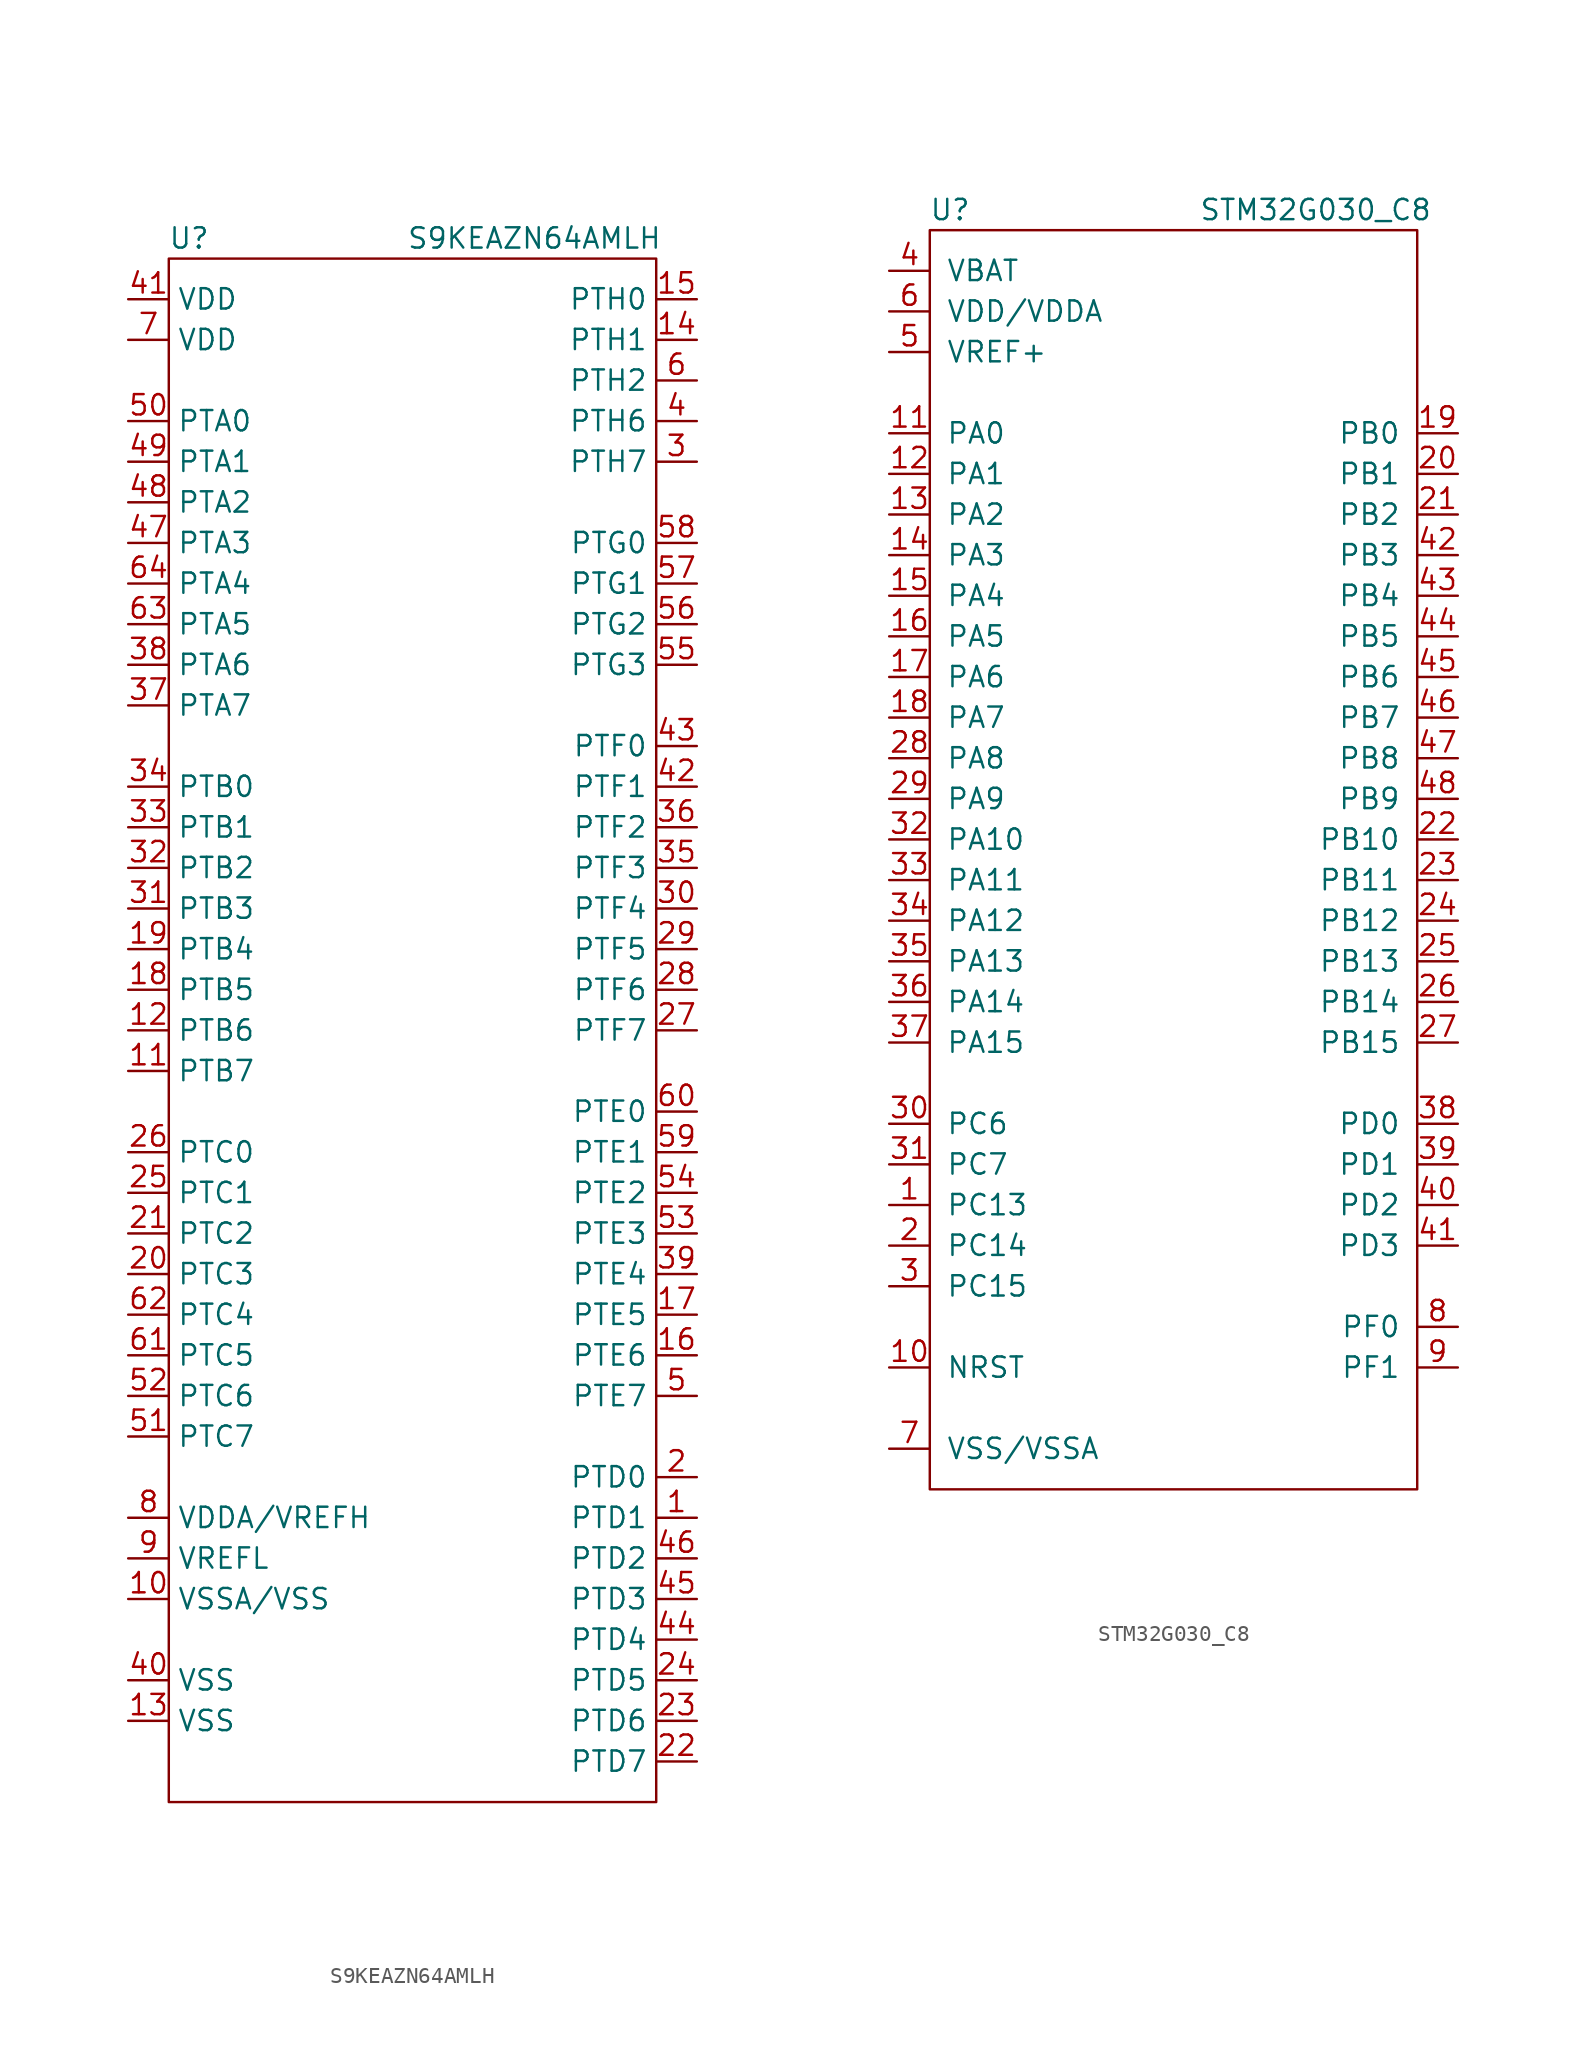
<source format=kicad_sym>
(kicad_symbol_lib
  (version 20220914)
  (generator kicad_symbol_editor)
  (symbol "S9KEAZN64AMLH"
    (property "Reference" "U"
      (at -13.97 30.48 0)
      (effects (font (size 1.27 1.27))))
    (property "Value" "S9KEAZN64AMLH"
      (at 7.62 30.48 0)
      (effects (font (size 1.27 1.27))))
    (symbol "S9KEAZN64AMLH_0_1"
      (rectangle (start -15.24 29.21) (end 15.24 -67.31) (stroke (width 0) (type solid)) (fill (type none))))
    (symbol "S9KEAZN64AMLH_1_1"
      (pin bidirectional line (at 17.78 -49.53 180) (length 2.54) (name "PTD1" (effects (font (size 1.27 1.27)))) (number "1" (effects (font (size 1.27 1.27)))))
      (pin power_in line (at -17.78 -54.61 0) (length 2.54) (name "VSSA/VSS" (effects (font (size 1.27 1.27)))) (number "10" (effects (font (size 1.27 1.27)))))
      (pin bidirectional line (at -17.78 -21.59 0) (length 2.54) (name "PTB7" (effects (font (size 1.27 1.27)))) (number "11" (effects (font (size 1.27 1.27)))))
      (pin bidirectional line (at -17.78 -19.05 0) (length 2.54) (name "PTB6" (effects (font (size 1.27 1.27)))) (number "12" (effects (font (size 1.27 1.27)))))
      (pin power_in line (at -17.78 -62.23 0) (length 2.54) (name "VSS" (effects (font (size 1.27 1.27)))) (number "13" (effects (font (size 1.27 1.27)))))
      (pin bidirectional line (at 17.78 24.13 180) (length 2.54) (name "PTH1" (effects (font (size 1.27 1.27)))) (number "14" (effects (font (size 1.27 1.27)))))
      (pin bidirectional line (at 17.78 26.67 180) (length 2.54) (name "PTH0" (effects (font (size 1.27 1.27)))) (number "15" (effects (font (size 1.27 1.27)))))
      (pin bidirectional line (at 17.78 -39.37 180) (length 2.54) (name "PTE6" (effects (font (size 1.27 1.27)))) (number "16" (effects (font (size 1.27 1.27)))))
      (pin bidirectional line (at 17.78 -36.83 180) (length 2.54) (name "PTE5" (effects (font (size 1.27 1.27)))) (number "17" (effects (font (size 1.27 1.27)))))
      (pin bidirectional line (at -17.78 -16.51 0) (length 2.54) (name "PTB5" (effects (font (size 1.27 1.27)))) (number "18" (effects (font (size 1.27 1.27)))))
      (pin bidirectional line (at -17.78 -13.97 0) (length 2.54) (name "PTB4" (effects (font (size 1.27 1.27)))) (number "19" (effects (font (size 1.27 1.27)))))
      (pin bidirectional line (at 17.78 -46.99 180) (length 2.54) (name "PTD0" (effects (font (size 1.27 1.27)))) (number "2" (effects (font (size 1.27 1.27)))))
      (pin bidirectional line (at -17.78 -34.29 0) (length 2.54) (name "PTC3" (effects (font (size 1.27 1.27)))) (number "20" (effects (font (size 1.27 1.27)))))
      (pin bidirectional line (at -17.78 -31.75 0) (length 2.54) (name "PTC2" (effects (font (size 1.27 1.27)))) (number "21" (effects (font (size 1.27 1.27)))))
      (pin bidirectional line (at 17.78 -64.77 180) (length 2.54) (name "PTD7" (effects (font (size 1.27 1.27)))) (number "22" (effects (font (size 1.27 1.27)))))
      (pin bidirectional line (at 17.78 -62.23 180) (length 2.54) (name "PTD6" (effects (font (size 1.27 1.27)))) (number "23" (effects (font (size 1.27 1.27)))))
      (pin bidirectional line (at 17.78 -59.69 180) (length 2.54) (name "PTD5" (effects (font (size 1.27 1.27)))) (number "24" (effects (font (size 1.27 1.27)))))
      (pin bidirectional line (at -17.78 -29.21 0) (length 2.54) (name "PTC1" (effects (font (size 1.27 1.27)))) (number "25" (effects (font (size 1.27 1.27)))))
      (pin bidirectional line (at -17.78 -26.67 0) (length 2.54) (name "PTC0" (effects (font (size 1.27 1.27)))) (number "26" (effects (font (size 1.27 1.27)))))
      (pin bidirectional line (at 17.78 -19.05 180) (length 2.54) (name "PTF7" (effects (font (size 1.27 1.27)))) (number "27" (effects (font (size 1.27 1.27)))))
      (pin bidirectional line (at 17.78 -16.51 180) (length 2.54) (name "PTF6" (effects (font (size 1.27 1.27)))) (number "28" (effects (font (size 1.27 1.27)))))
      (pin bidirectional line (at 17.78 -13.97 180) (length 2.54) (name "PTF5" (effects (font (size 1.27 1.27)))) (number "29" (effects (font (size 1.27 1.27)))))
      (pin bidirectional line (at 17.78 16.51 180) (length 2.54) (name "PTH7" (effects (font (size 1.27 1.27)))) (number "3" (effects (font (size 1.27 1.27)))))
      (pin bidirectional line (at 17.78 -11.43 180) (length 2.54) (name "PTF4" (effects (font (size 1.27 1.27)))) (number "30" (effects (font (size 1.27 1.27)))))
      (pin bidirectional line (at -17.78 -11.43 0) (length 2.54) (name "PTB3" (effects (font (size 1.27 1.27)))) (number "31" (effects (font (size 1.27 1.27)))))
      (pin bidirectional line (at -17.78 -8.89 0) (length 2.54) (name "PTB2" (effects (font (size 1.27 1.27)))) (number "32" (effects (font (size 1.27 1.27)))))
      (pin bidirectional line (at -17.78 -6.35 0) (length 2.54) (name "PTB1" (effects (font (size 1.27 1.27)))) (number "33" (effects (font (size 1.27 1.27)))))
      (pin bidirectional line (at -17.78 -3.81 0) (length 2.54) (name "PTB0" (effects (font (size 1.27 1.27)))) (number "34" (effects (font (size 1.27 1.27)))))
      (pin bidirectional line (at 17.78 -8.89 180) (length 2.54) (name "PTF3" (effects (font (size 1.27 1.27)))) (number "35" (effects (font (size 1.27 1.27)))))
      (pin bidirectional line (at 17.78 -6.35 180) (length 2.54) (name "PTF2" (effects (font (size 1.27 1.27)))) (number "36" (effects (font (size 1.27 1.27)))))
      (pin bidirectional line (at -17.78 1.27 0) (length 2.54) (name "PTA7" (effects (font (size 1.27 1.27)))) (number "37" (effects (font (size 1.27 1.27)))))
      (pin bidirectional line (at -17.78 3.81 0) (length 2.54) (name "PTA6" (effects (font (size 1.27 1.27)))) (number "38" (effects (font (size 1.27 1.27)))))
      (pin bidirectional line (at 17.78 -34.29 180) (length 2.54) (name "PTE4" (effects (font (size 1.27 1.27)))) (number "39" (effects (font (size 1.27 1.27)))))
      (pin bidirectional line (at 17.78 19.05 180) (length 2.54) (name "PTH6" (effects (font (size 1.27 1.27)))) (number "4" (effects (font (size 1.27 1.27)))))
      (pin power_in line (at -17.78 -59.69 0) (length 2.54) (name "VSS" (effects (font (size 1.27 1.27)))) (number "40" (effects (font (size 1.27 1.27)))))
      (pin power_in line (at -17.78 26.67 0) (length 2.54) (name "VDD" (effects (font (size 1.27 1.27)))) (number "41" (effects (font (size 1.27 1.27)))))
      (pin bidirectional line (at 17.78 -3.81 180) (length 2.54) (name "PTF1" (effects (font (size 1.27 1.27)))) (number "42" (effects (font (size 1.27 1.27)))))
      (pin bidirectional line (at 17.78 -1.27 180) (length 2.54) (name "PTF0" (effects (font (size 1.27 1.27)))) (number "43" (effects (font (size 1.27 1.27)))))
      (pin bidirectional line (at 17.78 -57.15 180) (length 2.54) (name "PTD4" (effects (font (size 1.27 1.27)))) (number "44" (effects (font (size 1.27 1.27)))))
      (pin bidirectional line (at 17.78 -54.61 180) (length 2.54) (name "PTD3" (effects (font (size 1.27 1.27)))) (number "45" (effects (font (size 1.27 1.27)))))
      (pin bidirectional line (at 17.78 -52.07 180) (length 2.54) (name "PTD2" (effects (font (size 1.27 1.27)))) (number "46" (effects (font (size 1.27 1.27)))))
      (pin bidirectional line (at -17.78 11.43 0) (length 2.54) (name "PTA3" (effects (font (size 1.27 1.27)))) (number "47" (effects (font (size 1.27 1.27)))))
      (pin bidirectional line (at -17.78 13.97 0) (length 2.54) (name "PTA2" (effects (font (size 1.27 1.27)))) (number "48" (effects (font (size 1.27 1.27)))))
      (pin bidirectional line (at -17.78 16.51 0) (length 2.54) (name "PTA1" (effects (font (size 1.27 1.27)))) (number "49" (effects (font (size 1.27 1.27)))))
      (pin bidirectional line (at 17.78 -41.91 180) (length 2.54) (name "PTE7" (effects (font (size 1.27 1.27)))) (number "5" (effects (font (size 1.27 1.27)))))
      (pin bidirectional line (at -17.78 19.05 0) (length 2.54) (name "PTA0" (effects (font (size 1.27 1.27)))) (number "50" (effects (font (size 1.27 1.27)))))
      (pin bidirectional line (at -17.78 -44.45 0) (length 2.54) (name "PTC7" (effects (font (size 1.27 1.27)))) (number "51" (effects (font (size 1.27 1.27)))))
      (pin bidirectional line (at -17.78 -41.91 0) (length 2.54) (name "PTC6" (effects (font (size 1.27 1.27)))) (number "52" (effects (font (size 1.27 1.27)))))
      (pin bidirectional line (at 17.78 -31.75 180) (length 2.54) (name "PTE3" (effects (font (size 1.27 1.27)))) (number "53" (effects (font (size 1.27 1.27)))))
      (pin bidirectional line (at 17.78 -29.21 180) (length 2.54) (name "PTE2" (effects (font (size 1.27 1.27)))) (number "54" (effects (font (size 1.27 1.27)))))
      (pin bidirectional line (at 17.78 3.81 180) (length 2.54) (name "PTG3" (effects (font (size 1.27 1.27)))) (number "55" (effects (font (size 1.27 1.27)))))
      (pin bidirectional line (at 17.78 6.35 180) (length 2.54) (name "PTG2" (effects (font (size 1.27 1.27)))) (number "56" (effects (font (size 1.27 1.27)))))
      (pin bidirectional line (at 17.78 8.89 180) (length 2.54) (name "PTG1" (effects (font (size 1.27 1.27)))) (number "57" (effects (font (size 1.27 1.27)))))
      (pin bidirectional line (at 17.78 11.43 180) (length 2.54) (name "PTG0" (effects (font (size 1.27 1.27)))) (number "58" (effects (font (size 1.27 1.27)))))
      (pin bidirectional line (at 17.78 -26.67 180) (length 2.54) (name "PTE1" (effects (font (size 1.27 1.27)))) (number "59" (effects (font (size 1.27 1.27)))))
      (pin bidirectional line (at 17.78 21.59 180) (length 2.54) (name "PTH2" (effects (font (size 1.27 1.27)))) (number "6" (effects (font (size 1.27 1.27)))))
      (pin bidirectional line (at 17.78 -24.13 180) (length 2.54) (name "PTE0" (effects (font (size 1.27 1.27)))) (number "60" (effects (font (size 1.27 1.27)))))
      (pin bidirectional line (at -17.78 -39.37 0) (length 2.54) (name "PTC5" (effects (font (size 1.27 1.27)))) (number "61" (effects (font (size 1.27 1.27)))))
      (pin bidirectional line (at -17.78 -36.83 0) (length 2.54) (name "PTC4" (effects (font (size 1.27 1.27)))) (number "62" (effects (font (size 1.27 1.27)))))
      (pin bidirectional line (at -17.78 6.35 0) (length 2.54) (name "PTA5" (effects (font (size 1.27 1.27)))) (number "63" (effects (font (size 1.27 1.27)))))
      (pin bidirectional line (at -17.78 8.89 0) (length 2.54) (name "PTA4" (effects (font (size 1.27 1.27)))) (number "64" (effects (font (size 1.27 1.27)))))
      (pin power_in line (at -17.78 24.13 0) (length 2.54) (name "VDD" (effects (font (size 1.27 1.27)))) (number "7" (effects (font (size 1.27 1.27)))))
      (pin power_in line (at -17.78 -49.53 0) (length 2.54) (name "VDDA/VREFH" (effects (font (size 1.27 1.27)))) (number "8" (effects (font (size 1.27 1.27)))))
      (pin power_in line (at -17.78 -52.07 0) (length 2.54) (name "VREFL" (effects (font (size 1.27 1.27)))) (number "9" (effects (font (size 1.27 1.27)))))))
  (symbol "STM32G030_C8"
    (pin_names
      (offset 1.016))
    (property "Reference" "U"
      (at -13.97 40.64 0)
      (effects (font (size 1.27 1.27))))
    (property "Value" "STM32G030_C8"
      (at 8.89 40.64 0)
      (effects (font (size 1.27 1.27))))
    (symbol "STM32G030_C8_0_1"
      (rectangle (start -15.24 39.37) (end 15.24 -39.37) (stroke (width 0) (type solid)) (fill (type none))))
    (symbol "STM32G030_C8_1_1"
      (pin bidirectional line (at -17.78 -21.59 0) (length 2.54) (name "PC13" (effects (font (size 1.27 1.27)))) (number "1" (effects (font (size 1.27 1.27)))))
      (pin bidirectional line (at -17.78 -31.75 0) (length 2.54) (name "NRST" (effects (font (size 1.27 1.27)))) (number "10" (effects (font (size 1.27 1.27)))))
      (pin bidirectional line (at -17.78 26.67 0) (length 2.54) (name "PA0" (effects (font (size 1.27 1.27)))) (number "11" (effects (font (size 1.27 1.27)))))
      (pin bidirectional line (at -17.78 24.13 0) (length 2.54) (name "PA1" (effects (font (size 1.27 1.27)))) (number "12" (effects (font (size 1.27 1.27)))))
      (pin bidirectional line (at -17.78 21.59 0) (length 2.54) (name "PA2" (effects (font (size 1.27 1.27)))) (number "13" (effects (font (size 1.27 1.27)))))
      (pin bidirectional line (at -17.78 19.05 0) (length 2.54) (name "PA3" (effects (font (size 1.27 1.27)))) (number "14" (effects (font (size 1.27 1.27)))))
      (pin bidirectional line (at -17.78 16.51 0) (length 2.54) (name "PA4" (effects (font (size 1.27 1.27)))) (number "15" (effects (font (size 1.27 1.27)))))
      (pin bidirectional line (at -17.78 13.97 0) (length 2.54) (name "PA5" (effects (font (size 1.27 1.27)))) (number "16" (effects (font (size 1.27 1.27)))))
      (pin bidirectional line (at -17.78 11.43 0) (length 2.54) (name "PA6" (effects (font (size 1.27 1.27)))) (number "17" (effects (font (size 1.27 1.27)))))
      (pin bidirectional line (at -17.78 8.89 0) (length 2.54) (name "PA7" (effects (font (size 1.27 1.27)))) (number "18" (effects (font (size 1.27 1.27)))))
      (pin bidirectional line (at 17.78 26.67 180) (length 2.54) (name "PB0" (effects (font (size 1.27 1.27)))) (number "19" (effects (font (size 1.27 1.27)))))
      (pin bidirectional line (at -17.78 -24.13 0) (length 2.54) (name "PC14" (effects (font (size 1.27 1.27)))) (number "2" (effects (font (size 1.27 1.27)))))
      (pin bidirectional line (at 17.78 24.13 180) (length 2.54) (name "PB1" (effects (font (size 1.27 1.27)))) (number "20" (effects (font (size 1.27 1.27)))))
      (pin bidirectional line (at 17.78 21.59 180) (length 2.54) (name "PB2" (effects (font (size 1.27 1.27)))) (number "21" (effects (font (size 1.27 1.27)))))
      (pin bidirectional line (at 17.78 1.27 180) (length 2.54) (name "PB10" (effects (font (size 1.27 1.27)))) (number "22" (effects (font (size 1.27 1.27)))))
      (pin bidirectional line (at 17.78 -1.27 180) (length 2.54) (name "PB11" (effects (font (size 1.27 1.27)))) (number "23" (effects (font (size 1.27 1.27)))))
      (pin bidirectional line (at 17.78 -3.81 180) (length 2.54) (name "PB12" (effects (font (size 1.27 1.27)))) (number "24" (effects (font (size 1.27 1.27)))))
      (pin bidirectional line (at 17.78 -6.35 180) (length 2.54) (name "PB13" (effects (font (size 1.27 1.27)))) (number "25" (effects (font (size 1.27 1.27)))))
      (pin bidirectional line (at 17.78 -8.89 180) (length 2.54) (name "PB14" (effects (font (size 1.27 1.27)))) (number "26" (effects (font (size 1.27 1.27)))))
      (pin bidirectional line (at 17.78 -11.43 180) (length 2.54) (name "PB15" (effects (font (size 1.27 1.27)))) (number "27" (effects (font (size 1.27 1.27)))))
      (pin bidirectional line (at -17.78 6.35 0) (length 2.54) (name "PA8" (effects (font (size 1.27 1.27)))) (number "28" (effects (font (size 1.27 1.27)))))
      (pin bidirectional line (at -17.78 3.81 0) (length 2.54) (name "PA9" (effects (font (size 1.27 1.27)))) (number "29" (effects (font (size 1.27 1.27)))))
      (pin bidirectional line (at -17.78 -26.67 0) (length 2.54) (name "PC15" (effects (font (size 1.27 1.27)))) (number "3" (effects (font (size 1.27 1.27)))))
      (pin bidirectional line (at -17.78 -16.51 0) (length 2.54) (name "PC6" (effects (font (size 1.27 1.27)))) (number "30" (effects (font (size 1.27 1.27)))))
      (pin bidirectional line (at -17.78 -19.05 0) (length 2.54) (name "PC7" (effects (font (size 1.27 1.27)))) (number "31" (effects (font (size 1.27 1.27)))))
      (pin bidirectional line (at -17.78 1.27 0) (length 2.54) (name "PA10" (effects (font (size 1.27 1.27)))) (number "32" (effects (font (size 1.27 1.27)))))
      (pin bidirectional line (at -17.78 -1.27 0) (length 2.54) (name "PA11" (effects (font (size 1.27 1.27)))) (number "33" (effects (font (size 1.27 1.27)))))
      (pin bidirectional line (at -17.78 -3.81 0) (length 2.54) (name "PA12" (effects (font (size 1.27 1.27)))) (number "34" (effects (font (size 1.27 1.27)))))
      (pin bidirectional line (at -17.78 -6.35 0) (length 2.54) (name "PA13" (effects (font (size 1.27 1.27)))) (number "35" (effects (font (size 1.27 1.27)))))
      (pin bidirectional line (at -17.78 -8.89 0) (length 2.54) (name "PA14" (effects (font (size 1.27 1.27)))) (number "36" (effects (font (size 1.27 1.27)))))
      (pin bidirectional line (at -17.78 -11.43 0) (length 2.54) (name "PA15" (effects (font (size 1.27 1.27)))) (number "37" (effects (font (size 1.27 1.27)))))
      (pin bidirectional line (at 17.78 -16.51 180) (length 2.54) (name "PD0" (effects (font (size 1.27 1.27)))) (number "38" (effects (font (size 1.27 1.27)))))
      (pin bidirectional line (at 17.78 -19.05 180) (length 2.54) (name "PD1" (effects (font (size 1.27 1.27)))) (number "39" (effects (font (size 1.27 1.27)))))
      (pin power_in line (at -17.78 36.83 0) (length 2.54) (name "VBAT" (effects (font (size 1.27 1.27)))) (number "4" (effects (font (size 1.27 1.27)))))
      (pin bidirectional line (at 17.78 -21.59 180) (length 2.54) (name "PD2" (effects (font (size 1.27 1.27)))) (number "40" (effects (font (size 1.27 1.27)))))
      (pin bidirectional line (at 17.78 -24.13 180) (length 2.54) (name "PD3" (effects (font (size 1.27 1.27)))) (number "41" (effects (font (size 1.27 1.27)))))
      (pin bidirectional line (at 17.78 19.05 180) (length 2.54) (name "PB3" (effects (font (size 1.27 1.27)))) (number "42" (effects (font (size 1.27 1.27)))))
      (pin bidirectional line (at 17.78 16.51 180) (length 2.54) (name "PB4" (effects (font (size 1.27 1.27)))) (number "43" (effects (font (size 1.27 1.27)))))
      (pin bidirectional line (at 17.78 13.97 180) (length 2.54) (name "PB5" (effects (font (size 1.27 1.27)))) (number "44" (effects (font (size 1.27 1.27)))))
      (pin bidirectional line (at 17.78 11.43 180) (length 2.54) (name "PB6" (effects (font (size 1.27 1.27)))) (number "45" (effects (font (size 1.27 1.27)))))
      (pin bidirectional line (at 17.78 8.89 180) (length 2.54) (name "PB7" (effects (font (size 1.27 1.27)))) (number "46" (effects (font (size 1.27 1.27)))))
      (pin bidirectional line (at 17.78 6.35 180) (length 2.54) (name "PB8" (effects (font (size 1.27 1.27)))) (number "47" (effects (font (size 1.27 1.27)))))
      (pin bidirectional line (at 17.78 3.81 180) (length 2.54) (name "PB9" (effects (font (size 1.27 1.27)))) (number "48" (effects (font (size 1.27 1.27)))))
      (pin power_in line (at -17.78 31.75 0) (length 2.54) (name "VREF+" (effects (font (size 1.27 1.27)))) (number "5" (effects (font (size 1.27 1.27)))))
      (pin power_in line (at -17.78 34.29 0) (length 2.54) (name "VDD/VDDA" (effects (font (size 1.27 1.27)))) (number "6" (effects (font (size 1.27 1.27)))))
      (pin passive line (at -17.78 -36.83 0) (length 2.54) (name "VSS/VSSA" (effects (font (size 1.27 1.27)))) (number "7" (effects (font (size 1.27 1.27)))))
      (pin bidirectional line (at 17.78 -29.21 180) (length 2.54) (name "PF0" (effects (font (size 1.27 1.27)))) (number "8" (effects (font (size 1.27 1.27)))))
      (pin bidirectional line (at 17.78 -31.75 180) (length 2.54) (name "PF1" (effects (font (size 1.27 1.27)))) (number "9" (effects (font (size 1.27 1.27))))))))
</source>
